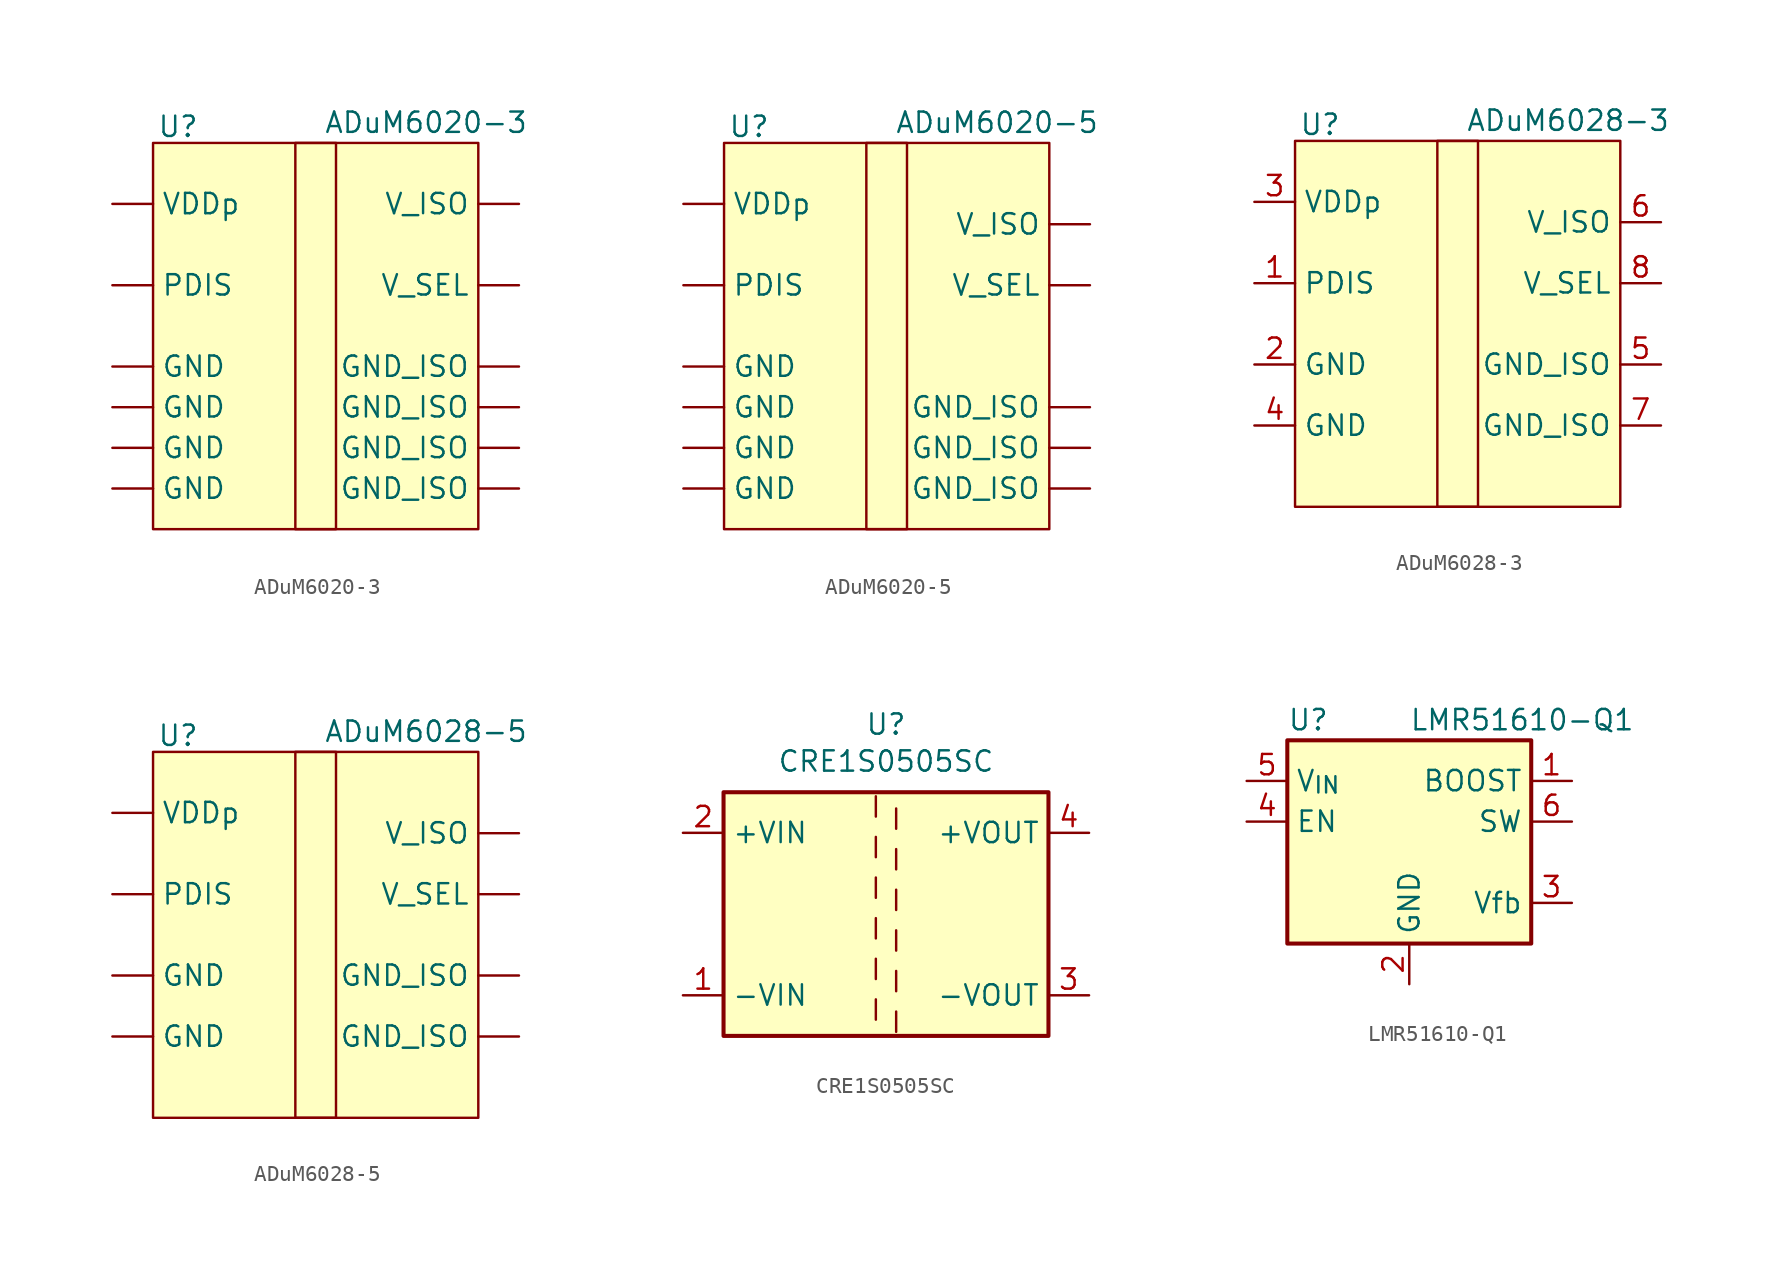
<source format=kicad_sym>
(kicad_symbol_lib
  (version 20231120)
  (generator "kicad_symbol_editor")
  (generator_version "8.0")
  (symbol "ADuM6020-3"
    (pin_numbers hide)
    (property "Reference" "U"
      (at -9.906 9.906 0)
      (effects (font (size 1.27 1.27)) (justify left)))
    (property "Value" "ADuM6020-3"
      (at 0.508 10.16 0)
      (effects (font (size 1.27 1.27)) (justify left)))
    (symbol "ADuM6020-3_0_1"
      (rectangle (start -10.16 8.89) (end 10.16 -15.24) (stroke (width 0) (type default)) (fill (type background)))
      (rectangle (start -1.27 8.89) (end 1.27 -15.24) (stroke (width 0) (type default)) (fill (type none))))
    (symbol "ADuM6020-3_1_1"
      (pin no_connect line (at -12.7 7.62 0) (length 2.54) hide (name "NIC" (effects (font (size 1.27 1.27)))) (number "1" (effects (font (size 1.27 1.27)))))
      (pin no_connect line (at 12.7 7.62 180) (length 2.54) hide (name "NIC" (effects (font (size 1.27 1.27)))) (number "10" (effects (font (size 1.27 1.27)))))
      (pin power_out line (at 12.7 -12.7 180) (length 2.54) (name "GND_ISO" (effects (font (size 1.27 1.27)))) (number "11" (effects (font (size 1.27 1.27)))))
      (pin power_out line (at 12.7 5.08 180) (length 2.54) (name "V_ISO" (effects (font (size 1.27 1.27)))) (number "12" (effects (font (size 1.27 1.27)))))
      (pin power_out line (at 12.7 -10.16 180) (length 2.54) (name "GND_ISO" (effects (font (size 1.27 1.27)))) (number "13" (effects (font (size 1.27 1.27)))))
      (pin input line (at 12.7 0 180) (length 2.54) (name "V_SEL" (effects (font (size 1.27 1.27)))) (number "14" (effects (font (size 1.27 1.27)))))
      (pin power_out line (at 12.7 -7.62 180) (length 2.54) (name "GND_ISO" (effects (font (size 1.27 1.27)))) (number "15" (effects (font (size 1.27 1.27)))))
      (pin no_connect line (at 12.7 7.62 180) (length 2.54) hide (name "NIC" (effects (font (size 1.27 1.27)))) (number "16" (effects (font (size 1.27 1.27)))))
      (pin power_in line (at -12.7 -5.08 0) (length 2.54) (name "GND" (effects (font (size 1.27 1.27)))) (number "2" (effects (font (size 1.27 1.27)))))
      (pin input line (at -12.7 0 0) (length 2.54) (name "PDIS" (effects (font (size 1.27 1.27)))) (number "3" (effects (font (size 1.27 1.27)))))
      (pin power_in line (at -12.7 -7.62 0) (length 2.54) (name "GND" (effects (font (size 1.27 1.27)))) (number "4" (effects (font (size 1.27 1.27)))))
      (pin power_in line (at -12.7 5.08 0) (length 2.54) (name "VDDp" (effects (font (size 1.27 1.27)))) (number "5" (effects (font (size 1.27 1.27)))))
      (pin power_in line (at -12.7 -10.16 0) (length 2.54) (name "GND" (effects (font (size 1.27 1.27)))) (number "6" (effects (font (size 1.27 1.27)))))
      (pin no_connect line (at -12.7 7.62 0) (length 2.54) hide (name "NIC" (effects (font (size 1.27 1.27)))) (number "7" (effects (font (size 1.27 1.27)))))
      (pin power_in line (at -12.7 -12.7 0) (length 2.54) (name "GND" (effects (font (size 1.27 1.27)))) (number "8" (effects (font (size 1.27 1.27)))))
      (pin power_out line (at 12.7 -5.08 180) (length 2.54) (name "GND_ISO" (effects (font (size 1.27 1.27)))) (number "9" (effects (font (size 1.27 1.27)))))))
  (symbol "ADuM6020-5"
    (pin_numbers hide)
    (property "Reference" "U"
      (at -9.906 9.906 0)
      (effects (font (size 1.27 1.27)) (justify left)))
    (property "Value" "ADuM6020-5"
      (at 0.508 10.16 0)
      (effects (font (size 1.27 1.27)) (justify left)))
    (symbol "ADuM6020-5_0_1"
      (rectangle (start -10.16 8.89) (end 10.16 -15.24) (stroke (width 0) (type default)) (fill (type background)))
      (rectangle (start -1.27 8.89) (end 1.27 -15.24) (stroke (width 0) (type default)) (fill (type none))))
    (symbol "ADuM6020-5_1_1"
      (pin no_connect line (at -12.7 7.62 0) (length 2.54) hide (name "NIC" (effects (font (size 1.27 1.27)))) (number "1" (effects (font (size 1.27 1.27)))))
      (pin no_connect line (at 12.7 7.62 180) (length 2.54) hide (name "NIC" (effects (font (size 1.27 1.27)))) (number "10" (effects (font (size 1.27 1.27)))))
      (pin power_out line (at 12.7 -12.7 180) (length 2.54) (name "GND_ISO" (effects (font (size 1.27 1.27)))) (number "11" (effects (font (size 1.27 1.27)))))
      (pin power_out line (at 12.7 3.81 180) (length 2.54) (name "V_ISO" (effects (font (size 1.27 1.27)))) (number "12" (effects (font (size 1.27 1.27)))))
      (pin power_out line (at 12.7 -7.62 180) (length 2.54) (name "GND_ISO" (effects (font (size 1.27 1.27)))) (number "13" (effects (font (size 1.27 1.27)))))
      (pin input line (at 12.7 0 180) (length 2.54) (name "V_SEL" (effects (font (size 1.27 1.27)))) (number "14" (effects (font (size 1.27 1.27)))))
      (pin power_out line (at 12.7 -5.08 180) (length 2.54) hide (name "GND_ISO" (effects (font (size 1.27 1.27)))) (number "15" (effects (font (size 1.27 1.27)))))
      (pin no_connect line (at 12.7 7.62 180) (length 2.54) hide (name "NIC" (effects (font (size 1.27 1.27)))) (number "16" (effects (font (size 1.27 1.27)))))
      (pin power_in line (at -12.7 -5.08 0) (length 2.54) (name "GND" (effects (font (size 1.27 1.27)))) (number "2" (effects (font (size 1.27 1.27)))))
      (pin input line (at -12.7 0 0) (length 2.54) (name "PDIS" (effects (font (size 1.27 1.27)))) (number "3" (effects (font (size 1.27 1.27)))))
      (pin power_in line (at -12.7 -12.7 0) (length 2.54) (name "GND" (effects (font (size 1.27 1.27)))) (number "4" (effects (font (size 1.27 1.27)))))
      (pin power_in line (at -12.7 5.08 0) (length 2.54) (name "VDDp" (effects (font (size 1.27 1.27)))) (number "5" (effects (font (size 1.27 1.27)))))
      (pin power_in line (at -12.7 -10.16 0) (length 2.54) (name "GND" (effects (font (size 1.27 1.27)))) (number "6" (effects (font (size 1.27 1.27)))))
      (pin no_connect line (at -12.7 7.62 0) (length 2.54) hide (name "NIC" (effects (font (size 1.27 1.27)))) (number "7" (effects (font (size 1.27 1.27)))))
      (pin power_in line (at -12.7 -7.62 0) (length 2.54) (name "GND" (effects (font (size 1.27 1.27)))) (number "8" (effects (font (size 1.27 1.27)))))
      (pin power_out line (at 12.7 -10.16 180) (length 2.54) (name "GND_ISO" (effects (font (size 1.27 1.27)))) (number "9" (effects (font (size 1.27 1.27)))))))
  (symbol "ADuM6028-3"
    (property "Reference" "U"
      (at -9.906 9.906 0)
      (effects (font (size 1.27 1.27)) (justify left)))
    (property "Value" "ADuM6028-3"
      (at 0.508 10.16 0)
      (effects (font (size 1.27 1.27)) (justify left)))
    (symbol "ADuM6028-3_0_1"
      (rectangle (start -10.16 8.89) (end 10.16 -13.97) (stroke (width 0) (type default)) (fill (type background)))
      (rectangle (start -1.27 8.89) (end 1.27 -13.97) (stroke (width 0) (type default)) (fill (type none))))
    (symbol "ADuM6028-3_1_1"
      (pin input line (at -12.7 0 0) (length 2.54) (name "PDIS" (effects (font (size 1.27 1.27)))) (number "1" (effects (font (size 1.27 1.27)))))
      (pin power_in line (at -12.7 -5.08 0) (length 2.54) (name "GND" (effects (font (size 1.27 1.27)))) (number "2" (effects (font (size 1.27 1.27)))))
      (pin power_in line (at -12.7 5.08 0) (length 2.54) (name "VDDp" (effects (font (size 1.27 1.27)))) (number "3" (effects (font (size 1.27 1.27)))))
      (pin power_in line (at -12.7 -8.89 0) (length 2.54) (name "GND" (effects (font (size 1.27 1.27)))) (number "4" (effects (font (size 1.27 1.27)))))
      (pin power_out line (at 12.7 -5.08 180) (length 2.54) (name "GND_ISO" (effects (font (size 1.27 1.27)))) (number "5" (effects (font (size 1.27 1.27)))))
      (pin power_out line (at 12.7 3.81 180) (length 2.54) (name "V_ISO" (effects (font (size 1.27 1.27)))) (number "6" (effects (font (size 1.27 1.27)))))
      (pin power_out line (at 12.7 -8.89 180) (length 2.54) (name "GND_ISO" (effects (font (size 1.27 1.27)))) (number "7" (effects (font (size 1.27 1.27)))))
      (pin input line (at 12.7 0 180) (length 2.54) (name "V_SEL" (effects (font (size 1.27 1.27)))) (number "8" (effects (font (size 1.27 1.27)))))))
  (symbol "ADuM6028-5"
    (pin_numbers hide)
    (property "Reference" "U"
      (at -9.906 9.906 0)
      (effects (font (size 1.27 1.27)) (justify left)))
    (property "Value" "ADuM6028-5"
      (at 0.508 10.16 0)
      (effects (font (size 1.27 1.27)) (justify left)))
    (symbol "ADuM6028-5_0_1"
      (rectangle (start -10.16 8.89) (end 10.16 -13.97) (stroke (width 0) (type default)) (fill (type background)))
      (rectangle (start -1.27 8.89) (end 1.27 -13.97) (stroke (width 0) (type default)) (fill (type none))))
    (symbol "ADuM6028-5_1_1"
      (pin input line (at -12.7 0 0) (length 2.54) (name "PDIS" (effects (font (size 1.27 1.27)))) (number "1" (effects (font (size 1.27 1.27)))))
      (pin power_in line (at -12.7 -5.08 0) (length 2.54) (name "GND" (effects (font (size 1.27 1.27)))) (number "2" (effects (font (size 1.27 1.27)))))
      (pin power_in line (at -12.7 5.08 0) (length 2.54) (name "VDDp" (effects (font (size 1.27 1.27)))) (number "3" (effects (font (size 1.27 1.27)))))
      (pin power_in line (at -12.7 -8.89 0) (length 2.54) (name "GND" (effects (font (size 1.27 1.27)))) (number "4" (effects (font (size 1.27 1.27)))))
      (pin power_out line (at 12.7 -5.08 180) (length 2.54) (name "GND_ISO" (effects (font (size 1.27 1.27)))) (number "5" (effects (font (size 1.27 1.27)))))
      (pin power_out line (at 12.7 3.81 180) (length 2.54) (name "V_ISO" (effects (font (size 1.27 1.27)))) (number "6" (effects (font (size 1.27 1.27)))))
      (pin power_out line (at 12.7 -8.89 180) (length 2.54) (name "GND_ISO" (effects (font (size 1.27 1.27)))) (number "7" (effects (font (size 1.27 1.27)))))
      (pin input line (at 12.7 0 180) (length 2.54) (name "V_SEL" (effects (font (size 1.27 1.27)))) (number "8" (effects (font (size 1.27 1.27)))))))
  (symbol "CRE1S0505SC"
    (property "Reference" "U"
      (at 0 11.862 0)
      (effects (font (size 1.27 1.27))))
    (property "Value" "CRE1S0505SC"
      (at 0 9.55 0)
      (effects (font (size 1.27 1.27))))
    (symbol "CRE1S0505SC_0_1"
      (rectangle (start -10.16 7.62) (end 10.16 -7.62) (stroke (width 0.254) (type default)) (fill (type background)))
      (polyline (pts (xy -0.635 -5.334) (xy -0.635 -6.604)) (stroke (width 0) (type default)) (fill (type none)))
      (polyline (pts (xy -0.635 -2.794) (xy -0.635 -4.064)) (stroke (width 0) (type default)) (fill (type none)))
      (polyline (pts (xy -0.635 -0.254) (xy -0.635 -1.524)) (stroke (width 0) (type default)) (fill (type none)))
      (polyline (pts (xy -0.635 2.286) (xy -0.635 1.016)) (stroke (width 0) (type default)) (fill (type none)))
      (polyline (pts (xy -0.635 4.826) (xy -0.635 3.556)) (stroke (width 0) (type default)) (fill (type none)))
      (polyline (pts (xy -0.635 7.366) (xy -0.635 6.096)) (stroke (width 0) (type default)) (fill (type none)))
      (polyline (pts (xy 0.635 -7.366) (xy 0.635 -6.096)) (stroke (width 0) (type default)) (fill (type none)))
      (polyline (pts (xy 0.635 -4.826) (xy 0.635 -3.556)) (stroke (width 0) (type default)) (fill (type none)))
      (polyline (pts (xy 0.635 -2.286) (xy 0.635 -1.016)) (stroke (width 0) (type default)) (fill (type none)))
      (polyline (pts (xy 0.635 0.254) (xy 0.635 1.524)) (stroke (width 0) (type default)) (fill (type none)))
      (polyline (pts (xy 0.635 2.794) (xy 0.635 4.064)) (stroke (width 0) (type default)) (fill (type none)))
      (polyline (pts (xy 0.635 5.334) (xy 0.635 6.604)) (stroke (width 0) (type default)) (fill (type none))))
    (symbol "CRE1S0505SC_1_1"
      (pin power_in line (at -12.7 -5.08 0) (length 2.54) (name "-VIN" (effects (font (size 1.27 1.27)))) (number "1" (effects (font (size 1.27 1.27)))))
      (pin power_in line (at -12.7 5.08 0) (length 2.54) (name "+VIN" (effects (font (size 1.27 1.27)))) (number "2" (effects (font (size 1.27 1.27)))))
      (pin power_out line (at 12.7 -5.08 180) (length 2.54) (name "-VOUT" (effects (font (size 1.27 1.27)))) (number "3" (effects (font (size 1.27 1.27)))))
      (pin power_out line (at 12.7 5.08 180) (length 2.54) (name "+VOUT" (effects (font (size 1.27 1.27)))) (number "4" (effects (font (size 1.27 1.27)))))))
  (symbol "LMR51610-Q1"
    (property "Reference" "U"
      (at -7.62 6.35 0)
      (effects (font (size 1.27 1.27)) (justify left)))
    (property "Value" "LMR51610-Q1"
      (at 0 6.35 0)
      (effects (font (size 1.27 1.27)) (justify left)))
    (symbol "LMR51610-Q1_0_1"
      (rectangle (start -7.62 5.08) (end 7.62 -7.62) (stroke (width 0.254) (type default)) (fill (type background))))
    (symbol "LMR51610-Q1_1_1"
      (pin output line (at 10.16 2.54 180) (length 2.54) (name "BOOST" (effects (font (size 1.27 1.27)))) (number "1" (effects (font (size 1.27 1.27)))))
      (pin power_in line (at 0 -10.16 90) (length 2.54) (name "GND" (effects (font (size 1.27 1.27)))) (number "2" (effects (font (size 1.27 1.27)))))
      (pin input line (at 10.16 -5.08 180) (length 2.54) (name "Vfb" (effects (font (size 1.27 1.27)))) (number "3" (effects (font (size 1.27 1.27)))))
      (pin input line (at -10.16 0 0) (length 2.54) (name "EN" (effects (font (size 1.27 1.27)))) (number "4" (effects (font (size 1.27 1.27)))))
      (pin power_in line (at -10.16 2.54 0) (length 2.54) (name "V_{IN}" (effects (font (size 1.27 1.27)))) (number "5" (effects (font (size 1.27 1.27)))))
      (pin output line (at 10.16 0 180) (length 2.54) (name "SW" (effects (font (size 1.27 1.27)))) (number "6" (effects (font (size 1.27 1.27))))))))
</source>
